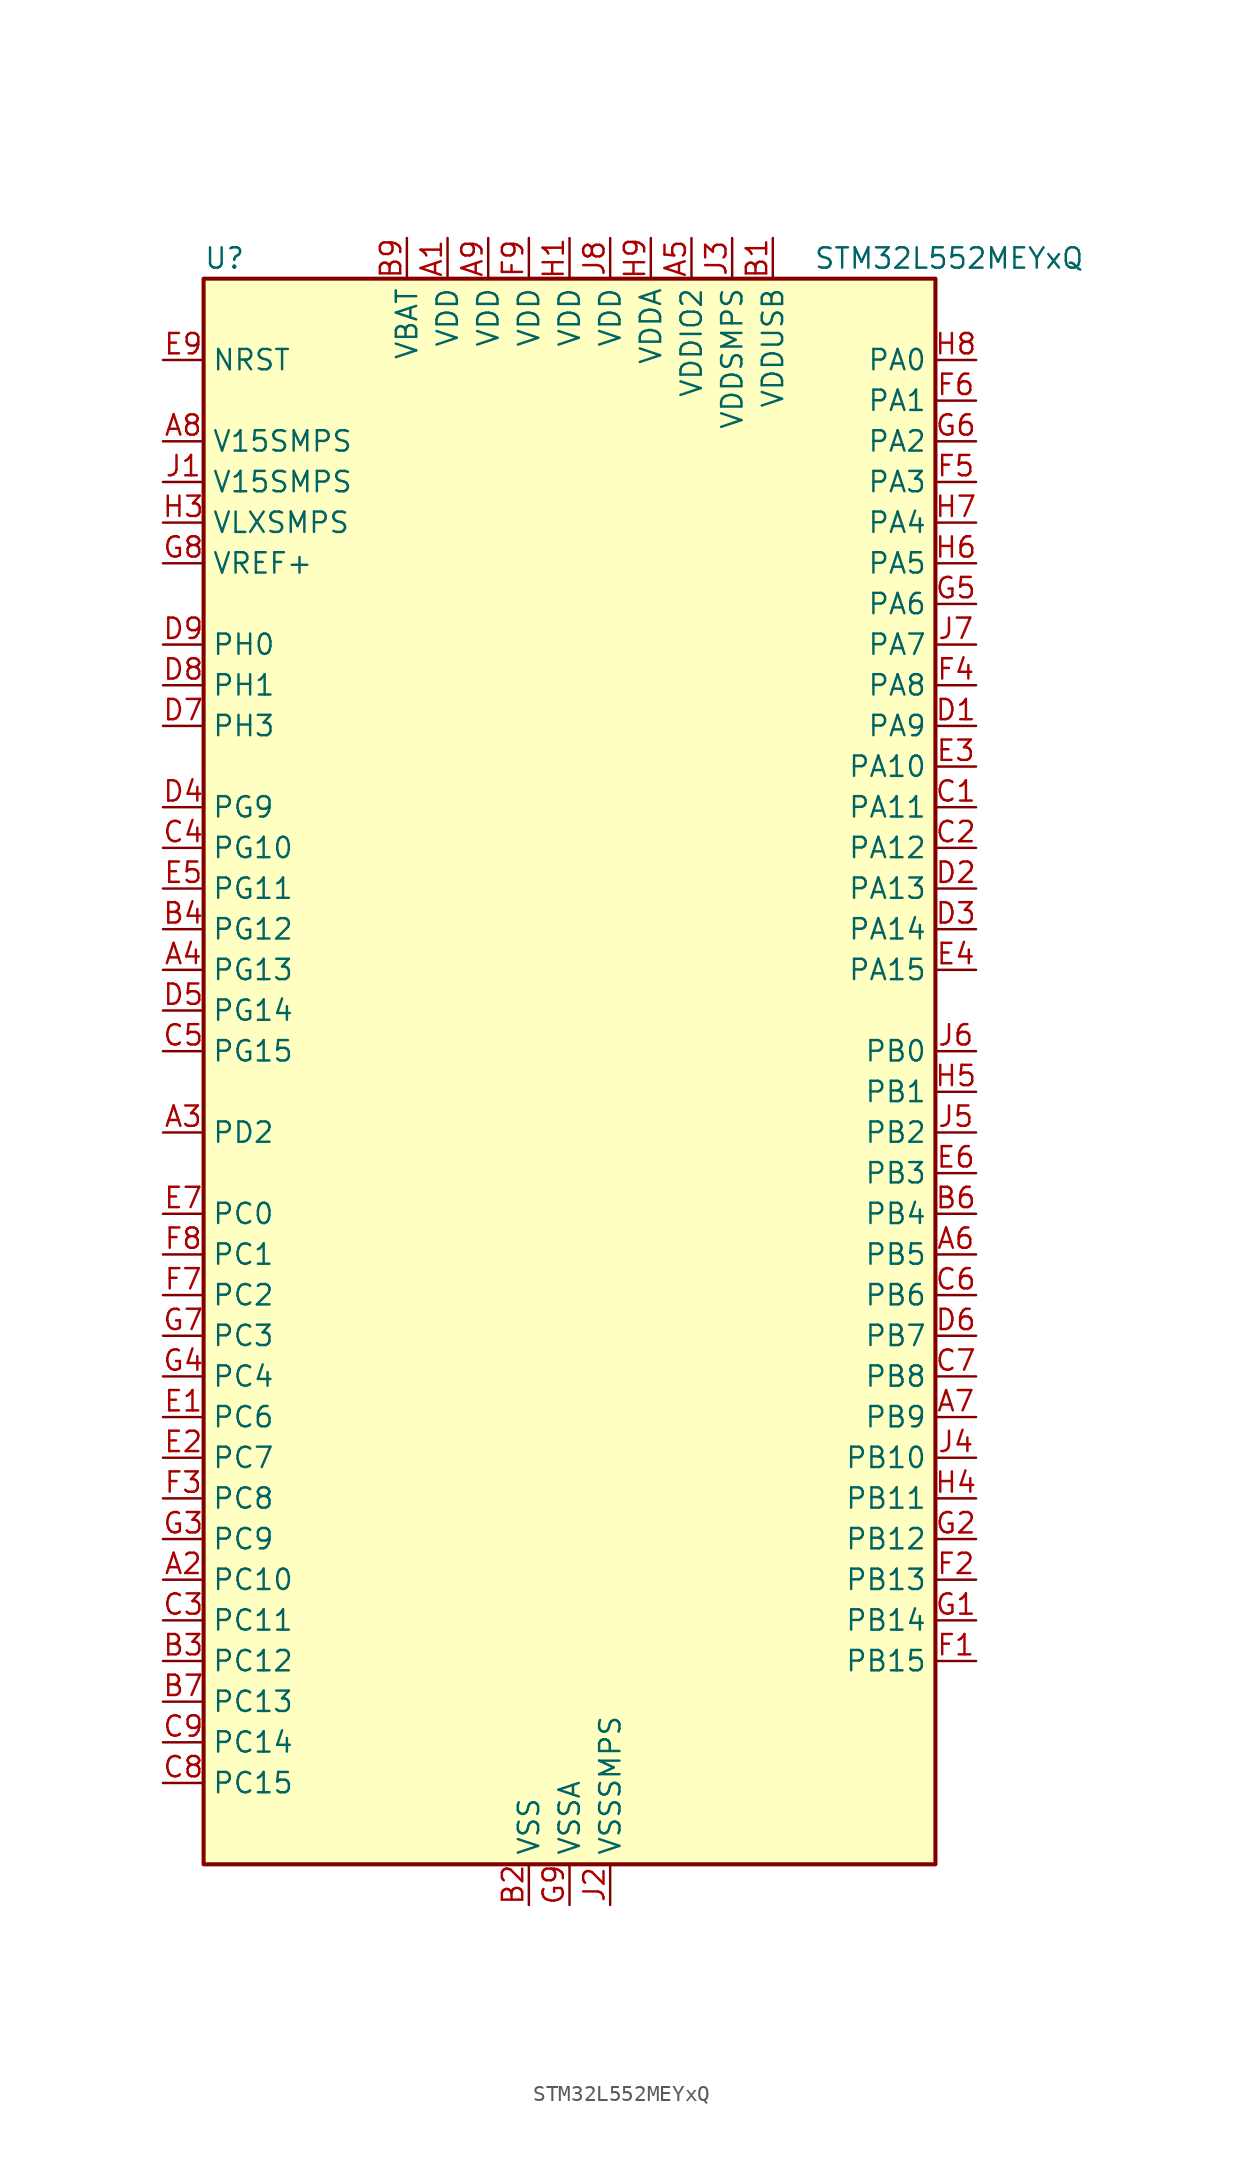
<source format=kicad_sym>
(kicad_symbol_lib
  (version 20241209)
  (generator "kicad_symbol_editor")
  (generator_version "9.0")
  (symbol "STM32L552MEYxQ"
    (property "Reference" "U"
      (at -22.86 52.07 0)
      (effects (font (size 1.27 1.27)) (justify left)))
    (property "Value" "STM32L552MEYxQ"
      (at 15.24 52.07 0)
      (effects (font (size 1.27 1.27)) (justify left)))
    (symbol "STM32L552MEYxQ_0_1"
      (rectangle (start -22.86 -48.26) (end 22.86 50.8) (stroke (width 0.254) (type default)) (fill (type background))))
    (symbol "STM32L552MEYxQ_1_1"
      (pin input line (at -25.4 45.72 0) (length 2.54) (name "NRST" (effects (font (size 1.27 1.27)))) (number "E9" (effects (font (size 1.27 1.27)))))
      (pin power_in line (at -25.4 40.64 0) (length 2.54) (name "V15SMPS" (effects (font (size 1.27 1.27)))) (number "A8" (effects (font (size 1.27 1.27)))))
      (pin power_in line (at -25.4 38.1 0) (length 2.54) (name "V15SMPS" (effects (font (size 1.27 1.27)))) (number "J1" (effects (font (size 1.27 1.27)))))
      (pin power_in line (at -25.4 35.56 0) (length 2.54) (name "VLXSMPS" (effects (font (size 1.27 1.27)))) (number "H3" (effects (font (size 1.27 1.27)))))
      (pin input line (at -25.4 33.02 0) (length 2.54) (name "VREF+" (effects (font (size 1.27 1.27)))) (number "G8" (effects (font (size 1.27 1.27)))) (alternate "VREFBUF_OUT" bidirectional line))
      (pin bidirectional line (at -25.4 27.94 0) (length 2.54) (name "PH0" (effects (font (size 1.27 1.27)))) (number "D9" (effects (font (size 1.27 1.27)))) (alternate "RCC_OSC_IN" bidirectional line))
      (pin bidirectional line (at -25.4 25.4 0) (length 2.54) (name "PH1" (effects (font (size 1.27 1.27)))) (number "D8" (effects (font (size 1.27 1.27)))) (alternate "RCC_OSC_OUT" bidirectional line))
      (pin bidirectional line (at -25.4 22.86 0) (length 2.54) (name "PH3" (effects (font (size 1.27 1.27)))) (number "D7" (effects (font (size 1.27 1.27)))))
      (pin bidirectional line (at -25.4 17.78 0) (length 2.54) (name "PG9" (effects (font (size 1.27 1.27)))) (number "D4" (effects (font (size 1.27 1.27)))) (alternate "DAC1_EXTI9" bidirectional line) (alternate "SAI2_SCK_A" bidirectional line) (alternate "SPI3_SCK" bidirectional line) (alternate "TIM15_CH1N" bidirectional line) (alternate "USART1_TX" bidirectional line))
      (pin bidirectional line (at -25.4 15.24 0) (length 2.54) (name "PG10" (effects (font (size 1.27 1.27)))) (number "C4" (effects (font (size 1.27 1.27)))) (alternate "LPTIM1_IN1" bidirectional line) (alternate "SAI2_FS_A" bidirectional line) (alternate "SPI3_MISO" bidirectional line) (alternate "TIM15_CH1" bidirectional line) (alternate "USART1_RX" bidirectional line))
      (pin bidirectional line (at -25.4 12.7 0) (length 2.54) (name "PG11" (effects (font (size 1.27 1.27)))) (number "E5" (effects (font (size 1.27 1.27)))) (alternate "ADC1_EXTI11" bidirectional line) (alternate "ADC2_EXTI11" bidirectional line) (alternate "LPTIM1_IN2" bidirectional line) (alternate "OCTOSPI1_IO5" bidirectional line) (alternate "SAI2_MCLK_A" bidirectional line) (alternate "SPI3_MOSI" bidirectional line) (alternate "TIM15_CH2" bidirectional line) (alternate "USART1_CTS" bidirectional line) (alternate "USART1_NSS" bidirectional line))
      (pin bidirectional line (at -25.4 10.16 0) (length 2.54) (name "PG12" (effects (font (size 1.27 1.27)))) (number "B4" (effects (font (size 1.27 1.27)))) (alternate "LPTIM1_ETR" bidirectional line) (alternate "SAI2_SD_A" bidirectional line) (alternate "SPI3_NSS" bidirectional line) (alternate "USART1_DE" bidirectional line) (alternate "USART1_RTS" bidirectional line))
      (pin bidirectional line (at -25.4 7.62 0) (length 2.54) (name "PG13" (effects (font (size 1.27 1.27)))) (number "A4" (effects (font (size 1.27 1.27)))) (alternate "I2C1_SDA" bidirectional line) (alternate "USART1_CK" bidirectional line))
      (pin bidirectional line (at -25.4 5.08 0) (length 2.54) (name "PG14" (effects (font (size 1.27 1.27)))) (number "D5" (effects (font (size 1.27 1.27)))) (alternate "I2C1_SCL" bidirectional line))
      (pin bidirectional line (at -25.4 2.54 0) (length 2.54) (name "PG15" (effects (font (size 1.27 1.27)))) (number "C5" (effects (font (size 1.27 1.27)))) (alternate "ADC1_EXTI15" bidirectional line) (alternate "ADC2_EXTI15" bidirectional line) (alternate "I2C1_SMBA" bidirectional line) (alternate "LPTIM1_OUT" bidirectional line))
      (pin bidirectional line (at -25.4 -2.54 0) (length 2.54) (name "PD2" (effects (font (size 1.27 1.27)))) (number "A3" (effects (font (size 1.27 1.27)))) (alternate "DEBUG_TRACED2" bidirectional line) (alternate "SDMMC1_CMD" bidirectional line) (alternate "TIM3_ETR" bidirectional line) (alternate "TSC_SYNC" bidirectional line) (alternate "UART5_RX" bidirectional line) (alternate "USART3_DE" bidirectional line) (alternate "USART3_RTS" bidirectional line))
      (pin bidirectional line (at -25.4 -7.62 0) (length 2.54) (name "PC0" (effects (font (size 1.27 1.27)))) (number "E7" (effects (font (size 1.27 1.27)))) (alternate "ADC1_IN1" bidirectional line) (alternate "ADC2_IN1" bidirectional line) (alternate "I2C3_SCL" bidirectional line) (alternate "LPTIM1_IN1" bidirectional line) (alternate "LPTIM2_IN1" bidirectional line) (alternate "LPUART1_RX" bidirectional line) (alternate "OCTOSPI1_IO7" bidirectional line) (alternate "SAI2_FS_A" bidirectional line) (alternate "SDMMC1_D5" bidirectional line))
      (pin bidirectional line (at -25.4 -10.16 0) (length 2.54) (name "PC1" (effects (font (size 1.27 1.27)))) (number "F8" (effects (font (size 1.27 1.27)))) (alternate "ADC1_IN2" bidirectional line) (alternate "ADC2_IN2" bidirectional line) (alternate "DEBUG_TRACED0" bidirectional line) (alternate "I2C3_SDA" bidirectional line) (alternate "LPTIM1_OUT" bidirectional line) (alternate "LPUART1_TX" bidirectional line) (alternate "OCTOSPI1_IO4" bidirectional line) (alternate "SAI1_SD_A" bidirectional line) (alternate "SPI2_MOSI" bidirectional line))
      (pin bidirectional line (at -25.4 -12.7 0) (length 2.54) (name "PC2" (effects (font (size 1.27 1.27)))) (number "F7" (effects (font (size 1.27 1.27)))) (alternate "ADC1_IN3" bidirectional line) (alternate "ADC2_IN3" bidirectional line) (alternate "DFSDM1_CKOUT" bidirectional line) (alternate "LPTIM1_IN2" bidirectional line) (alternate "OCTOSPI1_IO5" bidirectional line) (alternate "SPI2_MISO" bidirectional line))
      (pin bidirectional line (at -25.4 -15.24 0) (length 2.54) (name "PC3" (effects (font (size 1.27 1.27)))) (number "G7" (effects (font (size 1.27 1.27)))) (alternate "ADC1_IN4" bidirectional line) (alternate "ADC2_IN4" bidirectional line) (alternate "LPTIM1_ETR" bidirectional line) (alternate "LPTIM2_ETR" bidirectional line) (alternate "LPTIM3_OUT" bidirectional line) (alternate "OCTOSPI1_IO6" bidirectional line) (alternate "SAI1_D1" bidirectional line) (alternate "SAI1_SD_A" bidirectional line) (alternate "SPI2_MOSI" bidirectional line))
      (pin bidirectional line (at -25.4 -17.78 0) (length 2.54) (name "PC4" (effects (font (size 1.27 1.27)))) (number "G4" (effects (font (size 1.27 1.27)))) (alternate "ADC1_IN13" bidirectional line) (alternate "ADC2_IN13" bidirectional line) (alternate "COMP1_INM" bidirectional line) (alternate "OCTOSPI1_IO7" bidirectional line) (alternate "USART3_TX" bidirectional line))
      (pin bidirectional line (at -25.4 -20.32 0) (length 2.54) (name "PC6" (effects (font (size 1.27 1.27)))) (number "E1" (effects (font (size 1.27 1.27)))) (alternate "DFSDM1_CKIN3" bidirectional line) (alternate "SAI2_MCLK_A" bidirectional line) (alternate "SDMMC1_D0DIR" bidirectional line) (alternate "SDMMC1_D6" bidirectional line) (alternate "TIM3_CH1" bidirectional line) (alternate "TIM8_CH1" bidirectional line) (alternate "TSC_G4_IO1" bidirectional line))
      (pin bidirectional line (at -25.4 -22.86 0) (length 2.54) (name "PC7" (effects (font (size 1.27 1.27)))) (number "E2" (effects (font (size 1.27 1.27)))) (alternate "DFSDM1_DATIN3" bidirectional line) (alternate "SAI2_MCLK_B" bidirectional line) (alternate "SDMMC1_D123DIR" bidirectional line) (alternate "SDMMC1_D7" bidirectional line) (alternate "TIM3_CH2" bidirectional line) (alternate "TIM8_CH2" bidirectional line) (alternate "TSC_G4_IO2" bidirectional line))
      (pin bidirectional line (at -25.4 -25.4 0) (length 2.54) (name "PC8" (effects (font (size 1.27 1.27)))) (number "F3" (effects (font (size 1.27 1.27)))) (alternate "SDMMC1_D0" bidirectional line) (alternate "TIM3_CH3" bidirectional line) (alternate "TIM8_CH3" bidirectional line) (alternate "TSC_G4_IO3" bidirectional line))
      (pin bidirectional line (at -25.4 -27.94 0) (length 2.54) (name "PC9" (effects (font (size 1.27 1.27)))) (number "G3" (effects (font (size 1.27 1.27)))) (alternate "DAC1_EXTI9" bidirectional line) (alternate "DEBUG_TRACED0" bidirectional line) (alternate "SAI2_EXTCLK" bidirectional line) (alternate "SDMMC1_D1" bidirectional line) (alternate "TIM3_CH4" bidirectional line) (alternate "TIM8_BKIN2" bidirectional line) (alternate "TIM8_CH4" bidirectional line) (alternate "TSC_G4_IO4" bidirectional line) (alternate "USB_NOE" bidirectional line))
      (pin bidirectional line (at -25.4 -30.48 0) (length 2.54) (name "PC10" (effects (font (size 1.27 1.27)))) (number "A2" (effects (font (size 1.27 1.27)))) (alternate "DEBUG_TRACED1" bidirectional line) (alternate "LPTIM3_ETR" bidirectional line) (alternate "SAI2_SCK_B" bidirectional line) (alternate "SDMMC1_D2" bidirectional line) (alternate "SPI3_SCK" bidirectional line) (alternate "TSC_G3_IO2" bidirectional line) (alternate "UART4_TX" bidirectional line) (alternate "USART3_TX" bidirectional line))
      (pin bidirectional line (at -25.4 -33.02 0) (length 2.54) (name "PC11" (effects (font (size 1.27 1.27)))) (number "C3" (effects (font (size 1.27 1.27)))) (alternate "ADC1_EXTI11" bidirectional line) (alternate "ADC2_EXTI11" bidirectional line) (alternate "LPTIM3_IN1" bidirectional line) (alternate "OCTOSPI1_NCS" bidirectional line) (alternate "SAI2_MCLK_B" bidirectional line) (alternate "SDMMC1_D3" bidirectional line) (alternate "SPI3_MISO" bidirectional line) (alternate "TSC_G3_IO3" bidirectional line) (alternate "UART4_RX" bidirectional line) (alternate "UCPD1_FRSTX2" bidirectional line) (alternate "USART3_RX" bidirectional line))
      (pin bidirectional line (at -25.4 -35.56 0) (length 2.54) (name "PC12" (effects (font (size 1.27 1.27)))) (number "B3" (effects (font (size 1.27 1.27)))) (alternate "DEBUG_TRACED3" bidirectional line) (alternate "SAI2_SD_B" bidirectional line) (alternate "SDMMC1_CK" bidirectional line) (alternate "SPI3_MOSI" bidirectional line) (alternate "TSC_G3_IO4" bidirectional line) (alternate "UART5_TX" bidirectional line) (alternate "USART3_CK" bidirectional line))
      (pin bidirectional line (at -25.4 -38.1 0) (length 2.54) (name "PC13" (effects (font (size 1.27 1.27)))) (number "B7" (effects (font (size 1.27 1.27)))) (alternate "PWR_WKUP2" bidirectional line) (alternate "RTC_OUT1" bidirectional line) (alternate "RTC_TS" bidirectional line) (alternate "TAMP_IN1" bidirectional line) (alternate "TAMP_OUT2" bidirectional line))
      (pin bidirectional line (at -25.4 -40.64 0) (length 2.54) (name "PC14" (effects (font (size 1.27 1.27)))) (number "C9" (effects (font (size 1.27 1.27)))) (alternate "RCC_OSC32_IN" bidirectional line))
      (pin bidirectional line (at -25.4 -43.18 0) (length 2.54) (name "PC15" (effects (font (size 1.27 1.27)))) (number "C8" (effects (font (size 1.27 1.27)))) (alternate "ADC1_EXTI15" bidirectional line) (alternate "ADC2_EXTI15" bidirectional line) (alternate "RCC_OSC32_OUT" bidirectional line))
      (pin power_in line (at -10.16 53.34 270) (length 2.54) (name "VBAT" (effects (font (size 1.27 1.27)))) (number "B9" (effects (font (size 1.27 1.27)))))
      (pin power_in line (at -7.62 53.34 270) (length 2.54) (name "VDD" (effects (font (size 1.27 1.27)))) (number "A1" (effects (font (size 1.27 1.27)))))
      (pin power_in line (at -5.08 53.34 270) (length 2.54) (name "VDD" (effects (font (size 1.27 1.27)))) (number "A9" (effects (font (size 1.27 1.27)))))
      (pin power_in line (at -2.54 53.34 270) (length 2.54) (name "VDD" (effects (font (size 1.27 1.27)))) (number "F9" (effects (font (size 1.27 1.27)))))
      (pin power_in line (at -2.54 -50.8 90) (length 2.54) (name "VSS" (effects (font (size 1.27 1.27)))) (number "B2" (effects (font (size 1.27 1.27)))))
      (pin passive line (at -2.54 -50.8 90) (length 2.54) (hide yes) (name "VSS" (effects (font (size 1.27 1.27)))) (number "B5" (effects (font (size 1.27 1.27)))))
      (pin passive line (at -2.54 -50.8 90) (length 2.54) (hide yes) (name "VSS" (effects (font (size 1.27 1.27)))) (number "B8" (effects (font (size 1.27 1.27)))))
      (pin passive line (at -2.54 -50.8 90) (length 2.54) (hide yes) (name "VSS" (effects (font (size 1.27 1.27)))) (number "E8" (effects (font (size 1.27 1.27)))))
      (pin passive line (at -2.54 -50.8 90) (length 2.54) (hide yes) (name "VSS" (effects (font (size 1.27 1.27)))) (number "H2" (effects (font (size 1.27 1.27)))))
      (pin passive line (at -2.54 -50.8 90) (length 2.54) (hide yes) (name "VSS" (effects (font (size 1.27 1.27)))) (number "J9" (effects (font (size 1.27 1.27)))))
      (pin power_in line (at 0 53.34 270) (length 2.54) (name "VDD" (effects (font (size 1.27 1.27)))) (number "H1" (effects (font (size 1.27 1.27)))))
      (pin power_in line (at 0 -50.8 90) (length 2.54) (name "VSSA" (effects (font (size 1.27 1.27)))) (number "G9" (effects (font (size 1.27 1.27)))))
      (pin power_in line (at 2.54 53.34 270) (length 2.54) (name "VDD" (effects (font (size 1.27 1.27)))) (number "J8" (effects (font (size 1.27 1.27)))))
      (pin power_in line (at 2.54 -50.8 90) (length 2.54) (name "VSSSMPS" (effects (font (size 1.27 1.27)))) (number "J2" (effects (font (size 1.27 1.27)))))
      (pin power_in line (at 5.08 53.34 270) (length 2.54) (name "VDDA" (effects (font (size 1.27 1.27)))) (number "H9" (effects (font (size 1.27 1.27)))))
      (pin power_in line (at 7.62 53.34 270) (length 2.54) (name "VDDIO2" (effects (font (size 1.27 1.27)))) (number "A5" (effects (font (size 1.27 1.27)))))
      (pin power_in line (at 10.16 53.34 270) (length 2.54) (name "VDDSMPS" (effects (font (size 1.27 1.27)))) (number "J3" (effects (font (size 1.27 1.27)))))
      (pin power_in line (at 12.7 53.34 270) (length 2.54) (name "VDDUSB" (effects (font (size 1.27 1.27)))) (number "B1" (effects (font (size 1.27 1.27)))))
      (pin bidirectional line (at 25.4 45.72 180) (length 2.54) (name "PA0" (effects (font (size 1.27 1.27)))) (number "H8" (effects (font (size 1.27 1.27)))) (alternate "ADC1_IN5" bidirectional line) (alternate "ADC2_IN5" bidirectional line) (alternate "OPAMP1_VINP" bidirectional line) (alternate "PWR_WKUP1" bidirectional line) (alternate "SAI1_EXTCLK" bidirectional line) (alternate "TAMP_IN2" bidirectional line) (alternate "TAMP_OUT1" bidirectional line) (alternate "TIM2_CH1" bidirectional line) (alternate "TIM2_ETR" bidirectional line) (alternate "TIM5_CH1" bidirectional line) (alternate "TIM8_ETR" bidirectional line) (alternate "UART4_TX" bidirectional line) (alternate "USART2_CTS" bidirectional line) (alternate "USART2_NSS" bidirectional line))
      (pin bidirectional line (at 25.4 43.18 180) (length 2.54) (name "PA1" (effects (font (size 1.27 1.27)))) (number "F6" (effects (font (size 1.27 1.27)))) (alternate "ADC1_IN6" bidirectional line) (alternate "ADC2_IN6" bidirectional line) (alternate "I2C1_SMBA" bidirectional line) (alternate "OCTOSPI1_DQS" bidirectional line) (alternate "OPAMP1_VINM" bidirectional line) (alternate "SPI1_SCK" bidirectional line) (alternate "TAMP_IN5" bidirectional line) (alternate "TAMP_OUT4" bidirectional line) (alternate "TIM15_CH1N" bidirectional line) (alternate "TIM2_CH2" bidirectional line) (alternate "TIM5_CH2" bidirectional line) (alternate "UART4_RX" bidirectional line) (alternate "USART2_DE" bidirectional line) (alternate "USART2_RTS" bidirectional line))
      (pin bidirectional line (at 25.4 40.64 180) (length 2.54) (name "PA2" (effects (font (size 1.27 1.27)))) (number "G6" (effects (font (size 1.27 1.27)))) (alternate "ADC1_IN7" bidirectional line) (alternate "ADC2_IN7" bidirectional line) (alternate "COMP1_INP" bidirectional line) (alternate "LPUART1_TX" bidirectional line) (alternate "OCTOSPI1_NCS" bidirectional line) (alternate "PWR_WKUP4" bidirectional line) (alternate "RCC_LSCO" bidirectional line) (alternate "SAI2_EXTCLK" bidirectional line) (alternate "TIM15_CH1" bidirectional line) (alternate "TIM2_CH3" bidirectional line) (alternate "TIM5_CH3" bidirectional line) (alternate "UCPD1_FRSTX1" bidirectional line) (alternate "USART2_TX" bidirectional line))
      (pin bidirectional line (at 25.4 38.1 180) (length 2.54) (name "PA3" (effects (font (size 1.27 1.27)))) (number "F5" (effects (font (size 1.27 1.27)))) (alternate "ADC1_IN8" bidirectional line) (alternate "ADC2_IN8" bidirectional line) (alternate "LPUART1_RX" bidirectional line) (alternate "OCTOSPI1_CLK" bidirectional line) (alternate "OPAMP1_VOUT" bidirectional line) (alternate "SAI1_CK1" bidirectional line) (alternate "SAI1_MCLK_A" bidirectional line) (alternate "TIM15_CH2" bidirectional line) (alternate "TIM2_CH4" bidirectional line) (alternate "TIM5_CH4" bidirectional line) (alternate "USART2_RX" bidirectional line))
      (pin bidirectional line (at 25.4 35.56 180) (length 2.54) (name "PA4" (effects (font (size 1.27 1.27)))) (number "H7" (effects (font (size 1.27 1.27)))) (alternate "ADC1_IN9" bidirectional line) (alternate "ADC2_IN9" bidirectional line) (alternate "DAC1_OUT1" bidirectional line) (alternate "LPTIM2_OUT" bidirectional line) (alternate "OCTOSPI1_NCS" bidirectional line) (alternate "SAI1_FS_B" bidirectional line) (alternate "SPI1_NSS" bidirectional line) (alternate "SPI3_NSS" bidirectional line) (alternate "USART2_CK" bidirectional line))
      (pin bidirectional line (at 25.4 33.02 180) (length 2.54) (name "PA5" (effects (font (size 1.27 1.27)))) (number "H6" (effects (font (size 1.27 1.27)))) (alternate "ADC1_IN10" bidirectional line) (alternate "ADC2_IN10" bidirectional line) (alternate "DAC1_OUT2" bidirectional line) (alternate "LPTIM2_ETR" bidirectional line) (alternate "SPI1_SCK" bidirectional line) (alternate "TIM2_CH1" bidirectional line) (alternate "TIM2_ETR" bidirectional line) (alternate "TIM8_CH1N" bidirectional line))
      (pin bidirectional line (at 25.4 30.48 180) (length 2.54) (name "PA6" (effects (font (size 1.27 1.27)))) (number "G5" (effects (font (size 1.27 1.27)))) (alternate "ADC1_IN11" bidirectional line) (alternate "ADC2_IN11" bidirectional line) (alternate "LPUART1_CTS" bidirectional line) (alternate "OCTOSPI1_IO3" bidirectional line) (alternate "OPAMP2_VINP" bidirectional line) (alternate "SPI1_MISO" bidirectional line) (alternate "TIM16_CH1" bidirectional line) (alternate "TIM1_BKIN" bidirectional line) (alternate "TIM3_CH1" bidirectional line) (alternate "TIM8_BKIN" bidirectional line) (alternate "USART3_CTS" bidirectional line) (alternate "USART3_NSS" bidirectional line))
      (pin bidirectional line (at 25.4 27.94 180) (length 2.54) (name "PA7" (effects (font (size 1.27 1.27)))) (number "J7" (effects (font (size 1.27 1.27)))) (alternate "ADC1_IN12" bidirectional line) (alternate "ADC2_IN12" bidirectional line) (alternate "I2C3_SCL" bidirectional line) (alternate "OCTOSPI1_IO2" bidirectional line) (alternate "OPAMP2_VINM" bidirectional line) (alternate "SPI1_MOSI" bidirectional line) (alternate "TIM17_CH1" bidirectional line) (alternate "TIM1_CH1N" bidirectional line) (alternate "TIM3_CH2" bidirectional line) (alternate "TIM8_CH1N" bidirectional line))
      (pin bidirectional line (at 25.4 25.4 180) (length 2.54) (name "PA8" (effects (font (size 1.27 1.27)))) (number "F4" (effects (font (size 1.27 1.27)))) (alternate "LPTIM2_OUT" bidirectional line) (alternate "RCC_MCO" bidirectional line) (alternate "SAI1_CK2" bidirectional line) (alternate "SAI1_SCK_A" bidirectional line) (alternate "TIM1_CH1" bidirectional line) (alternate "USART1_CK" bidirectional line))
      (pin bidirectional line (at 25.4 22.86 180) (length 2.54) (name "PA9" (effects (font (size 1.27 1.27)))) (number "D1" (effects (font (size 1.27 1.27)))) (alternate "DAC1_EXTI9" bidirectional line) (alternate "SAI1_FS_A" bidirectional line) (alternate "SPI2_SCK" bidirectional line) (alternate "TIM15_BKIN" bidirectional line) (alternate "TIM1_CH2" bidirectional line) (alternate "USART1_TX" bidirectional line))
      (pin bidirectional line (at 25.4 20.32 180) (length 2.54) (name "PA10" (effects (font (size 1.27 1.27)))) (number "E3" (effects (font (size 1.27 1.27)))) (alternate "CRS_SYNC" bidirectional line) (alternate "SAI1_D1" bidirectional line) (alternate "SAI1_SD_A" bidirectional line) (alternate "TIM17_BKIN" bidirectional line) (alternate "TIM1_CH3" bidirectional line) (alternate "USART1_RX" bidirectional line))
      (pin bidirectional line (at 25.4 17.78 180) (length 2.54) (name "PA11" (effects (font (size 1.27 1.27)))) (number "C1" (effects (font (size 1.27 1.27)))) (alternate "ADC1_EXTI11" bidirectional line) (alternate "ADC2_EXTI11" bidirectional line) (alternate "FDCAN1_RX" bidirectional line) (alternate "SPI1_MISO" bidirectional line) (alternate "TIM1_BKIN2" bidirectional line) (alternate "TIM1_CH4" bidirectional line) (alternate "USART1_CTS" bidirectional line) (alternate "USART1_NSS" bidirectional line) (alternate "USB_DM" bidirectional line))
      (pin bidirectional line (at 25.4 15.24 180) (length 2.54) (name "PA12" (effects (font (size 1.27 1.27)))) (number "C2" (effects (font (size 1.27 1.27)))) (alternate "FDCAN1_TX" bidirectional line) (alternate "SPI1_MOSI" bidirectional line) (alternate "TIM1_ETR" bidirectional line) (alternate "USART1_DE" bidirectional line) (alternate "USART1_RTS" bidirectional line) (alternate "USB_DP" bidirectional line))
      (pin bidirectional line (at 25.4 12.7 180) (length 2.54) (name "PA13" (effects (font (size 1.27 1.27)))) (number "D2" (effects (font (size 1.27 1.27)))) (alternate "DEBUG_JTMS-SWDIO" bidirectional line) (alternate "IR_OUT" bidirectional line) (alternate "SAI1_SD_B" bidirectional line) (alternate "USB_NOE" bidirectional line))
      (pin bidirectional line (at 25.4 10.16 180) (length 2.54) (name "PA14" (effects (font (size 1.27 1.27)))) (number "D3" (effects (font (size 1.27 1.27)))) (alternate "DEBUG_JTCK-SWCLK" bidirectional line) (alternate "I2C1_SMBA" bidirectional line) (alternate "I2C4_SMBA" bidirectional line) (alternate "LPTIM1_OUT" bidirectional line) (alternate "SAI1_FS_B" bidirectional line))
      (pin bidirectional line (at 25.4 7.62 180) (length 2.54) (name "PA15" (effects (font (size 1.27 1.27)))) (number "E4" (effects (font (size 1.27 1.27)))) (alternate "ADC1_EXTI15" bidirectional line) (alternate "ADC2_EXTI15" bidirectional line) (alternate "DEBUG_JTDI" bidirectional line) (alternate "SAI2_FS_B" bidirectional line) (alternate "SPI1_NSS" bidirectional line) (alternate "SPI3_NSS" bidirectional line) (alternate "TIM2_CH1" bidirectional line) (alternate "TIM2_ETR" bidirectional line) (alternate "UART4_DE" bidirectional line) (alternate "UART4_RTS" bidirectional line) (alternate "UCPD1_CC1" bidirectional line) (alternate "USART2_RX" bidirectional line) (alternate "USART3_DE" bidirectional line) (alternate "USART3_RTS" bidirectional line))
      (pin bidirectional line (at 25.4 2.54 180) (length 2.54) (name "PB0" (effects (font (size 1.27 1.27)))) (number "J6" (effects (font (size 1.27 1.27)))) (alternate "ADC1_IN15" bidirectional line) (alternate "ADC2_IN15" bidirectional line) (alternate "COMP1_OUT" bidirectional line) (alternate "OCTOSPI1_IO1" bidirectional line) (alternate "OPAMP2_VOUT" bidirectional line) (alternate "SAI1_EXTCLK" bidirectional line) (alternate "SPI1_NSS" bidirectional line) (alternate "TIM1_CH2N" bidirectional line) (alternate "TIM3_CH3" bidirectional line) (alternate "TIM8_CH2N" bidirectional line) (alternate "USART3_CK" bidirectional line))
      (pin bidirectional line (at 25.4 0 180) (length 2.54) (name "PB1" (effects (font (size 1.27 1.27)))) (number "H5" (effects (font (size 1.27 1.27)))) (alternate "ADC1_IN16" bidirectional line) (alternate "ADC2_IN16" bidirectional line) (alternate "COMP1_INM" bidirectional line) (alternate "DFSDM1_DATIN0" bidirectional line) (alternate "LPTIM2_IN1" bidirectional line) (alternate "LPUART1_DE" bidirectional line) (alternate "LPUART1_RTS" bidirectional line) (alternate "OCTOSPI1_IO0" bidirectional line) (alternate "TIM1_CH3N" bidirectional line) (alternate "TIM3_CH4" bidirectional line) (alternate "TIM8_CH3N" bidirectional line) (alternate "USART3_DE" bidirectional line) (alternate "USART3_RTS" bidirectional line))
      (pin bidirectional line (at 25.4 -2.54 180) (length 2.54) (name "PB2" (effects (font (size 1.27 1.27)))) (number "J5" (effects (font (size 1.27 1.27)))) (alternate "COMP1_INP" bidirectional line) (alternate "DFSDM1_CKIN0" bidirectional line) (alternate "I2C3_SMBA" bidirectional line) (alternate "LPTIM1_OUT" bidirectional line) (alternate "OCTOSPI1_DQS" bidirectional line) (alternate "RTC_OUT2" bidirectional line) (alternate "UCPD1_FRSTX1" bidirectional line))
      (pin bidirectional line (at 25.4 -5.08 180) (length 2.54) (name "PB3" (effects (font (size 1.27 1.27)))) (number "E6" (effects (font (size 1.27 1.27)))) (alternate "COMP2_INM" bidirectional line) (alternate "CRS_SYNC" bidirectional line) (alternate "DEBUG_JTDO-SWO" bidirectional line) (alternate "SAI1_SCK_B" bidirectional line) (alternate "SPI1_SCK" bidirectional line) (alternate "SPI3_SCK" bidirectional line) (alternate "TIM2_CH2" bidirectional line) (alternate "USART1_DE" bidirectional line) (alternate "USART1_RTS" bidirectional line))
      (pin bidirectional line (at 25.4 -7.62 180) (length 2.54) (name "PB4" (effects (font (size 1.27 1.27)))) (number "B6" (effects (font (size 1.27 1.27)))) (alternate "COMP2_INP" bidirectional line) (alternate "DEBUG_JTRST" bidirectional line) (alternate "I2C3_SDA" bidirectional line) (alternate "SAI1_MCLK_B" bidirectional line) (alternate "SPI1_MISO" bidirectional line) (alternate "SPI3_MISO" bidirectional line) (alternate "TIM17_BKIN" bidirectional line) (alternate "TIM3_CH1" bidirectional line) (alternate "TSC_G2_IO1" bidirectional line) (alternate "UART5_DE" bidirectional line) (alternate "UART5_RTS" bidirectional line) (alternate "USART1_CTS" bidirectional line) (alternate "USART1_NSS" bidirectional line))
      (pin bidirectional line (at 25.4 -10.16 180) (length 2.54) (name "PB5" (effects (font (size 1.27 1.27)))) (number "A6" (effects (font (size 1.27 1.27)))) (alternate "COMP2_OUT" bidirectional line) (alternate "I2C1_SMBA" bidirectional line) (alternate "LPTIM1_IN1" bidirectional line) (alternate "OCTOSPI1_NCLK" bidirectional line) (alternate "SAI1_SD_B" bidirectional line) (alternate "SPI1_MOSI" bidirectional line) (alternate "SPI3_MOSI" bidirectional line) (alternate "TIM16_BKIN" bidirectional line) (alternate "TIM3_CH2" bidirectional line) (alternate "TSC_G2_IO2" bidirectional line) (alternate "UART5_CTS" bidirectional line) (alternate "UCPD1_DBCC1" bidirectional line) (alternate "USART1_CK" bidirectional line))
      (pin bidirectional line (at 25.4 -12.7 180) (length 2.54) (name "PB6" (effects (font (size 1.27 1.27)))) (number "C6" (effects (font (size 1.27 1.27)))) (alternate "COMP2_INP" bidirectional line) (alternate "I2C1_SCL" bidirectional line) (alternate "I2C4_SCL" bidirectional line) (alternate "LPTIM1_ETR" bidirectional line) (alternate "SAI1_FS_B" bidirectional line) (alternate "TIM16_CH1N" bidirectional line) (alternate "TIM4_CH1" bidirectional line) (alternate "TIM8_BKIN2" bidirectional line) (alternate "TSC_G2_IO3" bidirectional line) (alternate "USART1_TX" bidirectional line))
      (pin bidirectional line (at 25.4 -15.24 180) (length 2.54) (name "PB7" (effects (font (size 1.27 1.27)))) (number "D6" (effects (font (size 1.27 1.27)))) (alternate "COMP2_INM" bidirectional line) (alternate "I2C1_SDA" bidirectional line) (alternate "I2C4_SDA" bidirectional line) (alternate "LPTIM1_IN2" bidirectional line) (alternate "PWR_PVD_IN" bidirectional line) (alternate "TIM17_CH1N" bidirectional line) (alternate "TIM4_CH2" bidirectional line) (alternate "TIM8_BKIN" bidirectional line) (alternate "TSC_G2_IO4" bidirectional line) (alternate "UART4_CTS" bidirectional line) (alternate "USART1_RX" bidirectional line))
      (pin bidirectional line (at 25.4 -17.78 180) (length 2.54) (name "PB8" (effects (font (size 1.27 1.27)))) (number "C7" (effects (font (size 1.27 1.27)))) (alternate "DFSDM1_CKOUT" bidirectional line) (alternate "FDCAN1_RX" bidirectional line) (alternate "I2C1_SCL" bidirectional line) (alternate "SAI1_CK1" bidirectional line) (alternate "SAI1_MCLK_A" bidirectional line) (alternate "SDMMC1_CKIN" bidirectional line) (alternate "SDMMC1_D4" bidirectional line) (alternate "TIM16_CH1" bidirectional line) (alternate "TIM4_CH3" bidirectional line))
      (pin bidirectional line (at 25.4 -20.32 180) (length 2.54) (name "PB9" (effects (font (size 1.27 1.27)))) (number "A7" (effects (font (size 1.27 1.27)))) (alternate "DAC1_EXTI9" bidirectional line) (alternate "FDCAN1_TX" bidirectional line) (alternate "I2C1_SDA" bidirectional line) (alternate "IR_OUT" bidirectional line) (alternate "SAI1_D2" bidirectional line) (alternate "SAI1_FS_A" bidirectional line) (alternate "SDMMC1_CDIR" bidirectional line) (alternate "SDMMC1_D5" bidirectional line) (alternate "SPI2_NSS" bidirectional line) (alternate "TIM17_CH1" bidirectional line) (alternate "TIM4_CH4" bidirectional line))
      (pin bidirectional line (at 25.4 -22.86 180) (length 2.54) (name "PB10" (effects (font (size 1.27 1.27)))) (number "J4" (effects (font (size 1.27 1.27)))) (alternate "COMP1_OUT" bidirectional line) (alternate "I2C2_SCL" bidirectional line) (alternate "I2C4_SCL" bidirectional line) (alternate "LPTIM3_OUT" bidirectional line) (alternate "LPUART1_RX" bidirectional line) (alternate "OCTOSPI1_CLK" bidirectional line) (alternate "SAI1_SCK_A" bidirectional line) (alternate "SPI2_SCK" bidirectional line) (alternate "TIM2_CH3" bidirectional line) (alternate "TSC_SYNC" bidirectional line) (alternate "USART3_TX" bidirectional line))
      (pin bidirectional line (at 25.4 -25.4 180) (length 2.54) (name "PB11" (effects (font (size 1.27 1.27)))) (number "H4" (effects (font (size 1.27 1.27)))) (alternate "ADC1_EXTI11" bidirectional line) (alternate "ADC2_EXTI11" bidirectional line) (alternate "COMP2_OUT" bidirectional line) (alternate "I2C2_SDA" bidirectional line) (alternate "I2C4_SDA" bidirectional line) (alternate "LPUART1_TX" bidirectional line) (alternate "OCTOSPI1_NCS" bidirectional line) (alternate "TIM2_CH4" bidirectional line) (alternate "USART3_RX" bidirectional line))
      (pin bidirectional line (at 25.4 -27.94 180) (length 2.54) (name "PB12" (effects (font (size 1.27 1.27)))) (number "G2" (effects (font (size 1.27 1.27)))) (alternate "DFSDM1_DATIN1" bidirectional line) (alternate "I2C2_SMBA" bidirectional line) (alternate "LPUART1_DE" bidirectional line) (alternate "LPUART1_RTS" bidirectional line) (alternate "OCTOSPI1_NCLK" bidirectional line) (alternate "SAI2_FS_A" bidirectional line) (alternate "SPI2_NSS" bidirectional line) (alternate "TIM15_BKIN" bidirectional line) (alternate "TIM1_BKIN" bidirectional line) (alternate "TSC_G1_IO1" bidirectional line) (alternate "USART3_CK" bidirectional line))
      (pin bidirectional line (at 25.4 -30.48 180) (length 2.54) (name "PB13" (effects (font (size 1.27 1.27)))) (number "F2" (effects (font (size 1.27 1.27)))) (alternate "DFSDM1_CKIN1" bidirectional line) (alternate "I2C2_SCL" bidirectional line) (alternate "LPTIM3_IN1" bidirectional line) (alternate "LPUART1_CTS" bidirectional line) (alternate "SAI2_SCK_A" bidirectional line) (alternate "SPI2_SCK" bidirectional line) (alternate "TIM15_CH1N" bidirectional line) (alternate "TIM1_CH1N" bidirectional line) (alternate "TSC_G1_IO2" bidirectional line) (alternate "UCPD1_FRSTX2" bidirectional line) (alternate "USART3_CTS" bidirectional line) (alternate "USART3_NSS" bidirectional line))
      (pin bidirectional line (at 25.4 -33.02 180) (length 2.54) (name "PB14" (effects (font (size 1.27 1.27)))) (number "G1" (effects (font (size 1.27 1.27)))) (alternate "DFSDM1_DATIN2" bidirectional line) (alternate "I2C2_SDA" bidirectional line) (alternate "LPTIM3_ETR" bidirectional line) (alternate "SAI2_MCLK_A" bidirectional line) (alternate "SPI2_MISO" bidirectional line) (alternate "TIM15_CH1" bidirectional line) (alternate "TIM1_CH2N" bidirectional line) (alternate "TIM8_CH2N" bidirectional line) (alternate "TSC_G1_IO3" bidirectional line) (alternate "UCPD1_DBCC2" bidirectional line) (alternate "USART3_DE" bidirectional line) (alternate "USART3_RTS" bidirectional line))
      (pin bidirectional line (at 25.4 -35.56 180) (length 2.54) (name "PB15" (effects (font (size 1.27 1.27)))) (number "F1" (effects (font (size 1.27 1.27)))) (alternate "ADC1_EXTI15" bidirectional line) (alternate "ADC2_EXTI15" bidirectional line) (alternate "DFSDM1_CKIN2" bidirectional line) (alternate "RTC_REFIN" bidirectional line) (alternate "SAI2_SD_A" bidirectional line) (alternate "SPI2_MOSI" bidirectional line) (alternate "TIM15_CH2" bidirectional line) (alternate "TIM1_CH3N" bidirectional line) (alternate "TIM8_CH3N" bidirectional line) (alternate "UCPD1_CC2" bidirectional line)))))
</source>
